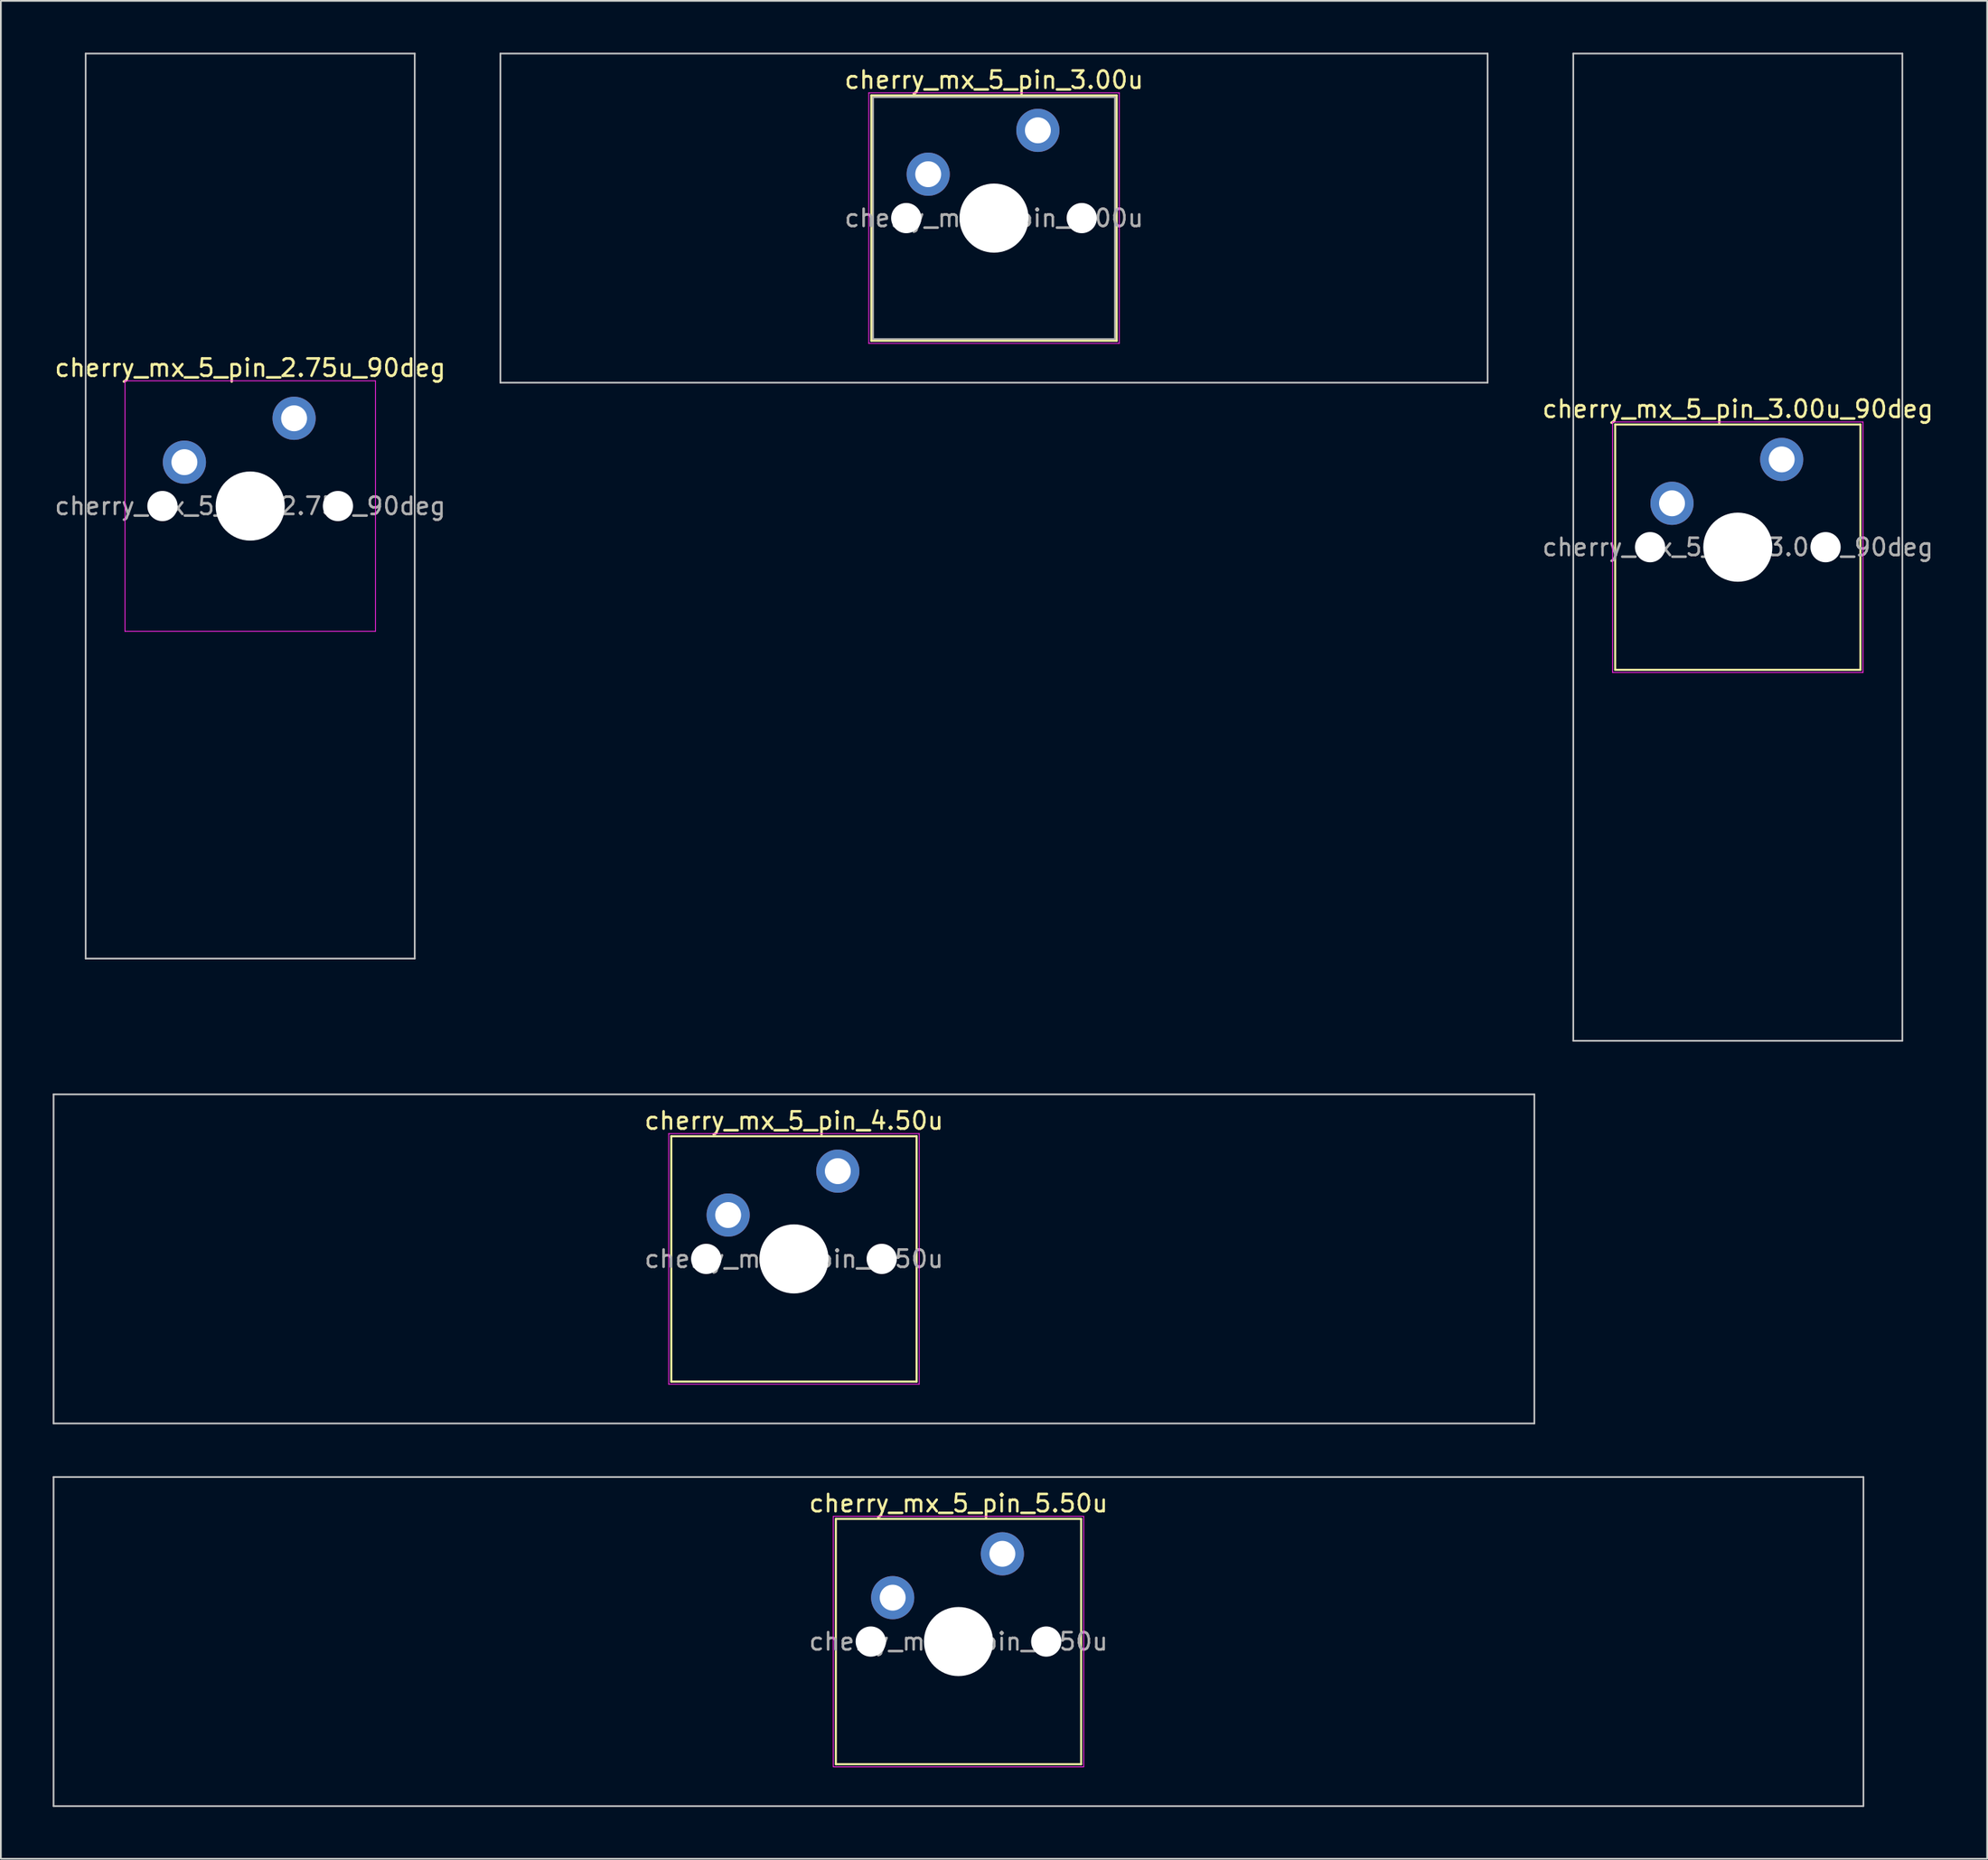
<source format=kicad_pcb>
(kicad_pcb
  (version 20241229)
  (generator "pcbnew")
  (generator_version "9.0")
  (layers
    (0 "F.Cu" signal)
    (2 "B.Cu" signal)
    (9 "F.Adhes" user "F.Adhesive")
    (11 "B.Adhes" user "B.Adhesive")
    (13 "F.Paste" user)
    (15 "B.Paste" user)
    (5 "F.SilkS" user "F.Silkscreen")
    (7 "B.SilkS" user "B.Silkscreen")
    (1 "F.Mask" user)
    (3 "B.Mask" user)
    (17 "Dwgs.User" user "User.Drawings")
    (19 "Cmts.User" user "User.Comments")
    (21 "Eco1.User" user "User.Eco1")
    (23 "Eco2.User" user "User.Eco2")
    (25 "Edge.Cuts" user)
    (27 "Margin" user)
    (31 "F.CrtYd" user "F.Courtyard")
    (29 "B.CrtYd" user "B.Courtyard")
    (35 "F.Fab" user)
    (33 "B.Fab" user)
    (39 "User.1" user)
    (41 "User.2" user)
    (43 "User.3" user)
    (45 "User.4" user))
  (footprint "cherry_mx_5_pin_3.00u"
    (layer "F.Cu")
    (at 54.494 9.575)
    (property "Reference" "cherry_mx_5_pin_3.00u" (at 0 -8 0) (layer "F.SilkS") (effects (font (size 1 1) (thickness 0.15))))
    (attr through_hole)
    (fp_line (start -7.1 -7.1) (end -7.1 7.1) (stroke (width 0.12) (type solid)) (layer "F.SilkS"))
    (fp_line (start -7.1 7.1) (end 7.1 7.1) (stroke (width 0.12) (type solid)) (layer "F.SilkS"))
    (fp_line (start 7.1 -7.1) (end -7.1 -7.1) (stroke (width 0.12) (type solid)) (layer "F.SilkS"))
    (fp_line (start 7.1 7.1) (end 7.1 -7.1) (stroke (width 0.12) (type solid)) (layer "F.SilkS"))
    (fp_line (start -28.575 -9.525) (end -28.575 9.525) (stroke (width 0.1) (type solid)) (layer "Dwgs.User"))
    (fp_line (start -28.575 9.525) (end 28.575 9.525) (stroke (width 0.1) (type solid)) (layer "Dwgs.User"))
    (fp_line (start 28.575 -9.525) (end -28.575 -9.525) (stroke (width 0.1) (type solid)) (layer "Dwgs.User"))
    (fp_line (start 28.575 9.525) (end 28.575 -9.525) (stroke (width 0.1) (type solid)) (layer "Dwgs.User"))
    (fp_line (start -7 -7) (end -7 7) (stroke (width 0.1) (type solid)) (layer "Eco1.User"))
    (fp_line (start -7 7) (end 7 7) (stroke (width 0.1) (type solid)) (layer "Eco1.User"))
    (fp_line (start 7 -7) (end -7 -7) (stroke (width 0.1) (type solid)) (layer "Eco1.User"))
    (fp_line (start 7 7) (end 7 -7) (stroke (width 0.1) (type solid)) (layer "Eco1.User"))
    (fp_line (start -7.25 -7.25) (end -7.25 7.25) (stroke (width 0.05) (type solid)) (layer "F.CrtYd"))
    (fp_line (start -7.25 7.25) (end 7.25 7.25) (stroke (width 0.05) (type solid)) (layer "F.CrtYd"))
    (fp_line (start 7.25 -7.25) (end -7.25 -7.25) (stroke (width 0.05) (type solid)) (layer "F.CrtYd"))
    (fp_line (start 7.25 7.25) (end 7.25 -7.25) (stroke (width 0.05) (type solid)) (layer "F.CrtYd"))
    (fp_line (start -7 -7) (end -7 7) (stroke (width 0.1) (type solid)) (layer "F.Fab"))
    (fp_line (start -7 7) (end 7 7) (stroke (width 0.1) (type solid)) (layer "F.Fab"))
    (fp_line (start 7 -7) (end -7 -7) (stroke (width 0.1) (type solid)) (layer "F.Fab"))
    (fp_line (start 7 7) (end 7 -7) (stroke (width 0.1) (type solid)) (layer "F.Fab"))
    (fp_text user "${REFERENCE}" (at 0 0 0) (layer "F.Fab") (effects (font (size 1 1) (thickness 0.15))))
    (pad "" np_thru_hole circle (at -5.08 0) (size 1.75 1.75) (drill 1.75) (layers "*.Cu" "*.Mask"))
    (pad "" smd circle (at -3.81 -2.54) (size 1.55 1.55) (layers "F.Mask"))
    (pad "" np_thru_hole circle (at 0 0) (size 4 4) (drill 4) (layers "*.Cu" "*.Mask"))
    (pad "" smd circle (at 2.54 -5.08) (size 1.55 1.55) (layers "F.Mask"))
    (pad "" np_thru_hole circle (at 5.08 0) (size 1.75 1.75) (drill 1.75) (layers "*.Cu" "*.Mask"))
    (pad "1" thru_hole circle (at -3.81 -2.54) (size 2.5 2.5) (drill 1.5) (layers "*.Cu" "B.Mask"))
    (pad "2" thru_hole circle (at 2.54 -5.08) (size 2.5 2.5) (drill 1.5) (layers "*.Cu" "B.Mask")))
  (footprint "cherry_mx_5_pin_3.00u_90deg"
    (layer "F.Cu")
    (at 97.554 28.625)
    (property "Reference" "cherry_mx_5_pin_3.00u_90deg" (at 0 -8 0) (layer "F.SilkS") (effects (font (size 1 1) (thickness 0.15))))
    (attr through_hole)
    (fp_line (start -7.1 -7.1) (end -7.1 7.1) (stroke (width 0.12) (type solid)) (layer "F.SilkS"))
    (fp_line (start -7.1 7.1) (end 7.1 7.1) (stroke (width 0.12) (type solid)) (layer "F.SilkS"))
    (fp_line (start 7.1 -7.1) (end -7.1 -7.1) (stroke (width 0.12) (type solid)) (layer "F.SilkS"))
    (fp_line (start 7.1 7.1) (end 7.1 -7.1) (stroke (width 0.12) (type solid)) (layer "F.SilkS"))
    (fp_line (start -9.525 -28.575) (end 9.525 -28.575) (stroke (width 0.1) (type solid)) (layer "Dwgs.User"))
    (fp_line (start -9.525 28.575) (end -9.525 -28.575) (stroke (width 0.1) (type solid)) (layer "Dwgs.User"))
    (fp_line (start 9.525 -28.575) (end 9.525 28.575) (stroke (width 0.1) (type solid)) (layer "Dwgs.User"))
    (fp_line (start 9.525 28.575) (end -9.525 28.575) (stroke (width 0.1) (type solid)) (layer "Dwgs.User"))
    (fp_line (start -7.25 -7.25) (end -7.25 7.25) (stroke (width 0.05) (type solid)) (layer "F.CrtYd"))
    (fp_line (start -7.25 7.25) (end 7.25 7.25) (stroke (width 0.05) (type solid)) (layer "F.CrtYd"))
    (fp_line (start 7.25 -7.25) (end -7.25 -7.25) (stroke (width 0.05) (type solid)) (layer "F.CrtYd"))
    (fp_line (start 7.25 7.25) (end 7.25 -7.25) (stroke (width 0.05) (type solid)) (layer "F.CrtYd"))
    (fp_text user "${REFERENCE}" (at 0 0 0) (layer "F.Fab") (effects (font (size 1 1) (thickness 0.15))))
    (pad "" np_thru_hole circle (at -5.08 0) (size 1.75 1.75) (drill 1.75) (layers "*.Cu" "*.Mask"))
    (pad "" smd circle (at -3.81 -2.54) (size 1.55 1.55) (layers "F.Mask"))
    (pad "" np_thru_hole circle (at 0 0) (size 4 4) (drill 4) (layers "*.Cu" "*.Mask"))
    (pad "" smd circle (at 2.54 -5.08) (size 1.55 1.55) (layers "F.Mask"))
    (pad "" np_thru_hole circle (at 5.08 0) (size 1.75 1.75) (drill 1.75) (layers "*.Cu" "*.Mask"))
    (pad "1" thru_hole circle (at -3.81 -2.54) (size 2.5 2.5) (drill 1.5) (layers "*.Cu" "B.Mask"))
    (pad "2" thru_hole circle (at 2.54 -5.08) (size 2.5 2.5) (drill 1.5) (layers "*.Cu" "B.Mask")))
  (footprint "cherry_mx_5_pin_2.75u_90deg"
    (layer "F.Cu")
    (at 11.435 26.244)
    (property "Reference" "cherry_mx_5_pin_2.75u_90deg" (at 0 -8 0) (layer "F.SilkS") (effects (font (size 1 1) (thickness 0.15))))
    (fp_line (start -9.525 -26.194) (end 9.525 -26.194) (stroke (width 0.1) (type solid)) (layer "Dwgs.User"))
    (fp_line (start -9.525 26.194) (end -9.525 -26.194) (stroke (width 0.1) (type solid)) (layer "Dwgs.User"))
    (fp_line (start 9.525 -26.194) (end 9.525 26.194) (stroke (width 0.1) (type solid)) (layer "Dwgs.User"))
    (fp_line (start 9.525 26.194) (end -9.525 26.194) (stroke (width 0.1) (type solid)) (layer "Dwgs.User"))
    (fp_line (start -7.25 -7.25) (end -7.25 7.25) (stroke (width 0.05) (type solid)) (layer "F.CrtYd"))
    (fp_line (start -7.25 7.25) (end 7.25 7.25) (stroke (width 0.05) (type solid)) (layer "F.CrtYd"))
    (fp_line (start 7.25 -7.25) (end -7.25 -7.25) (stroke (width 0.05) (type solid)) (layer "F.CrtYd"))
    (fp_line (start 7.25 7.25) (end 7.25 -7.25) (stroke (width 0.05) (type solid)) (layer "F.CrtYd"))
    (fp_text user "${REFERENCE}" (at 0 0 0) (layer "F.Fab") (effects (font (size 1 1) (thickness 0.15))))
    (pad "" np_thru_hole circle (at -5.08 0) (size 1.75 1.75) (drill 1.75) (layers "*.Cu" "*.Mask"))
    (pad "" smd circle (at -3.81 -2.54) (size 1.55 1.55) (layers "F.Mask"))
    (pad "" np_thru_hole circle (at 0 0) (size 4 4) (drill 4) (layers "*.Cu" "*.Mask"))
    (pad "" smd circle (at 2.54 -5.08) (size 1.55 1.55) (layers "F.Mask"))
    (pad "" np_thru_hole circle (at 5.08 0) (size 1.75 1.75) (drill 1.75) (layers "*.Cu" "*.Mask"))
    (pad "1" thru_hole circle (at -3.81 -2.54) (size 2.5 2.5) (drill 1.5) (layers "*.Cu" "B.Mask"))
    (pad "2" thru_hole circle (at 2.54 -5.08) (size 2.5 2.5) (drill 1.5) (layers "*.Cu" "B.Mask")))
  (footprint "cherry_mx_5_pin_5.50u"
    (layer "F.Cu")
    (at 52.438 91.975)
    (property "Reference" "cherry_mx_5_pin_5.50u" (at 0 -8 0) (layer "F.SilkS") (effects (font (size 1 1) (thickness 0.15))))
    (attr through_hole)
    (fp_line (start -7.1 -7.1) (end -7.1 7.1) (stroke (width 0.12) (type solid)) (layer "F.SilkS"))
    (fp_line (start -7.1 7.1) (end 7.1 7.1) (stroke (width 0.12) (type solid)) (layer "F.SilkS"))
    (fp_line (start 7.1 -7.1) (end -7.1 -7.1) (stroke (width 0.12) (type solid)) (layer "F.SilkS"))
    (fp_line (start 7.1 7.1) (end 7.1 -7.1) (stroke (width 0.12) (type solid)) (layer "F.SilkS"))
    (fp_line (start -52.388 -9.525) (end -52.388 9.525) (stroke (width 0.1) (type solid)) (layer "Dwgs.User"))
    (fp_line (start -52.388 9.525) (end 52.388 9.525) (stroke (width 0.1) (type solid)) (layer "Dwgs.User"))
    (fp_line (start 52.388 -9.525) (end -52.388 -9.525) (stroke (width 0.1) (type solid)) (layer "Dwgs.User"))
    (fp_line (start 52.388 9.525) (end 52.388 -9.525) (stroke (width 0.1) (type solid)) (layer "Dwgs.User"))
    (fp_line (start -7.25 -7.25) (end -7.25 7.25) (stroke (width 0.05) (type solid)) (layer "F.CrtYd"))
    (fp_line (start -7.25 7.25) (end 7.25 7.25) (stroke (width 0.05) (type solid)) (layer "F.CrtYd"))
    (fp_line (start 7.25 -7.25) (end -7.25 -7.25) (stroke (width 0.05) (type solid)) (layer "F.CrtYd"))
    (fp_line (start 7.25 7.25) (end 7.25 -7.25) (stroke (width 0.05) (type solid)) (layer "F.CrtYd"))
    (fp_text user "${REFERENCE}" (at 0 0 0) (layer "F.Fab") (effects (font (size 1 1) (thickness 0.15))))
    (pad "" np_thru_hole circle (at -5.08 0) (size 1.75 1.75) (drill 1.75) (layers "*.Cu" "*.Mask"))
    (pad "" smd circle (at -3.81 -2.54) (size 1.55 1.55) (layers "F.Mask"))
    (pad "" np_thru_hole circle (at 0 0) (size 4 4) (drill 4) (layers "*.Cu" "*.Mask"))
    (pad "" smd circle (at 2.54 -5.08) (size 1.55 1.55) (layers "F.Mask"))
    (pad "" np_thru_hole circle (at 5.08 0) (size 1.75 1.75) (drill 1.75) (layers "*.Cu" "*.Mask"))
    (pad "1" thru_hole circle (at -3.81 -2.54) (size 2.5 2.5) (drill 1.5) (layers "*.Cu" "B.Mask"))
    (pad "2" thru_hole circle (at 2.54 -5.08) (size 2.5 2.5) (drill 1.5) (layers "*.Cu" "B.Mask")))
  (footprint "cherry_mx_5_pin_4.50u"
    (layer "F.Cu")
    (at 42.913 69.825)
    (property "Reference" "cherry_mx_5_pin_4.50u" (at 0 -8 0) (layer "F.SilkS") (effects (font (size 1 1) (thickness 0.15))))
    (attr through_hole)
    (fp_line (start -7.1 -7.1) (end -7.1 7.1) (stroke (width 0.12) (type solid)) (layer "F.SilkS"))
    (fp_line (start -7.1 7.1) (end 7.1 7.1) (stroke (width 0.12) (type solid)) (layer "F.SilkS"))
    (fp_line (start 7.1 -7.1) (end -7.1 -7.1) (stroke (width 0.12) (type solid)) (layer "F.SilkS"))
    (fp_line (start 7.1 7.1) (end 7.1 -7.1) (stroke (width 0.12) (type solid)) (layer "F.SilkS"))
    (fp_line (start -42.862 -9.525) (end -42.862 9.525) (stroke (width 0.1) (type solid)) (layer "Dwgs.User"))
    (fp_line (start -42.862 9.525) (end 42.862 9.525) (stroke (width 0.1) (type solid)) (layer "Dwgs.User"))
    (fp_line (start 42.862 -9.525) (end -42.862 -9.525) (stroke (width 0.1) (type solid)) (layer "Dwgs.User"))
    (fp_line (start 42.862 9.525) (end 42.862 -9.525) (stroke (width 0.1) (type solid)) (layer "Dwgs.User"))
    (fp_line (start -7.25 -7.25) (end -7.25 7.25) (stroke (width 0.05) (type solid)) (layer "F.CrtYd"))
    (fp_line (start -7.25 7.25) (end 7.25 7.25) (stroke (width 0.05) (type solid)) (layer "F.CrtYd"))
    (fp_line (start 7.25 -7.25) (end -7.25 -7.25) (stroke (width 0.05) (type solid)) (layer "F.CrtYd"))
    (fp_line (start 7.25 7.25) (end 7.25 -7.25) (stroke (width 0.05) (type solid)) (layer "F.CrtYd"))
    (fp_text user "${REFERENCE}" (at 0 0 0) (layer "F.Fab") (effects (font (size 1 1) (thickness 0.15))))
    (pad "" np_thru_hole circle (at -5.08 0) (size 1.75 1.75) (drill 1.75) (layers "*.Cu" "*.Mask"))
    (pad "" smd circle (at -3.81 -2.54) (size 1.55 1.55) (layers "F.Mask"))
    (pad "" np_thru_hole circle (at 0 0) (size 4 4) (drill 4) (layers "*.Cu" "*.Mask"))
    (pad "" smd circle (at 2.54 -5.08) (size 1.55 1.55) (layers "F.Mask"))
    (pad "" np_thru_hole circle (at 5.08 0) (size 1.75 1.75) (drill 1.75) (layers "*.Cu" "*.Mask"))
    (pad "1" thru_hole circle (at -3.81 -2.54) (size 2.5 2.5) (drill 1.5) (layers "*.Cu" "B.Mask"))
    (pad "2" thru_hole circle (at 2.54 -5.08) (size 2.5 2.5) (drill 1.5) (layers "*.Cu" "B.Mask")))
  (gr_rect
    (start -3 -3)
    (end 111.988 104.55)
    (stroke (width 0.1) (type default))
    (fill no)
    (layer "Edge.Cuts")))
</source>
